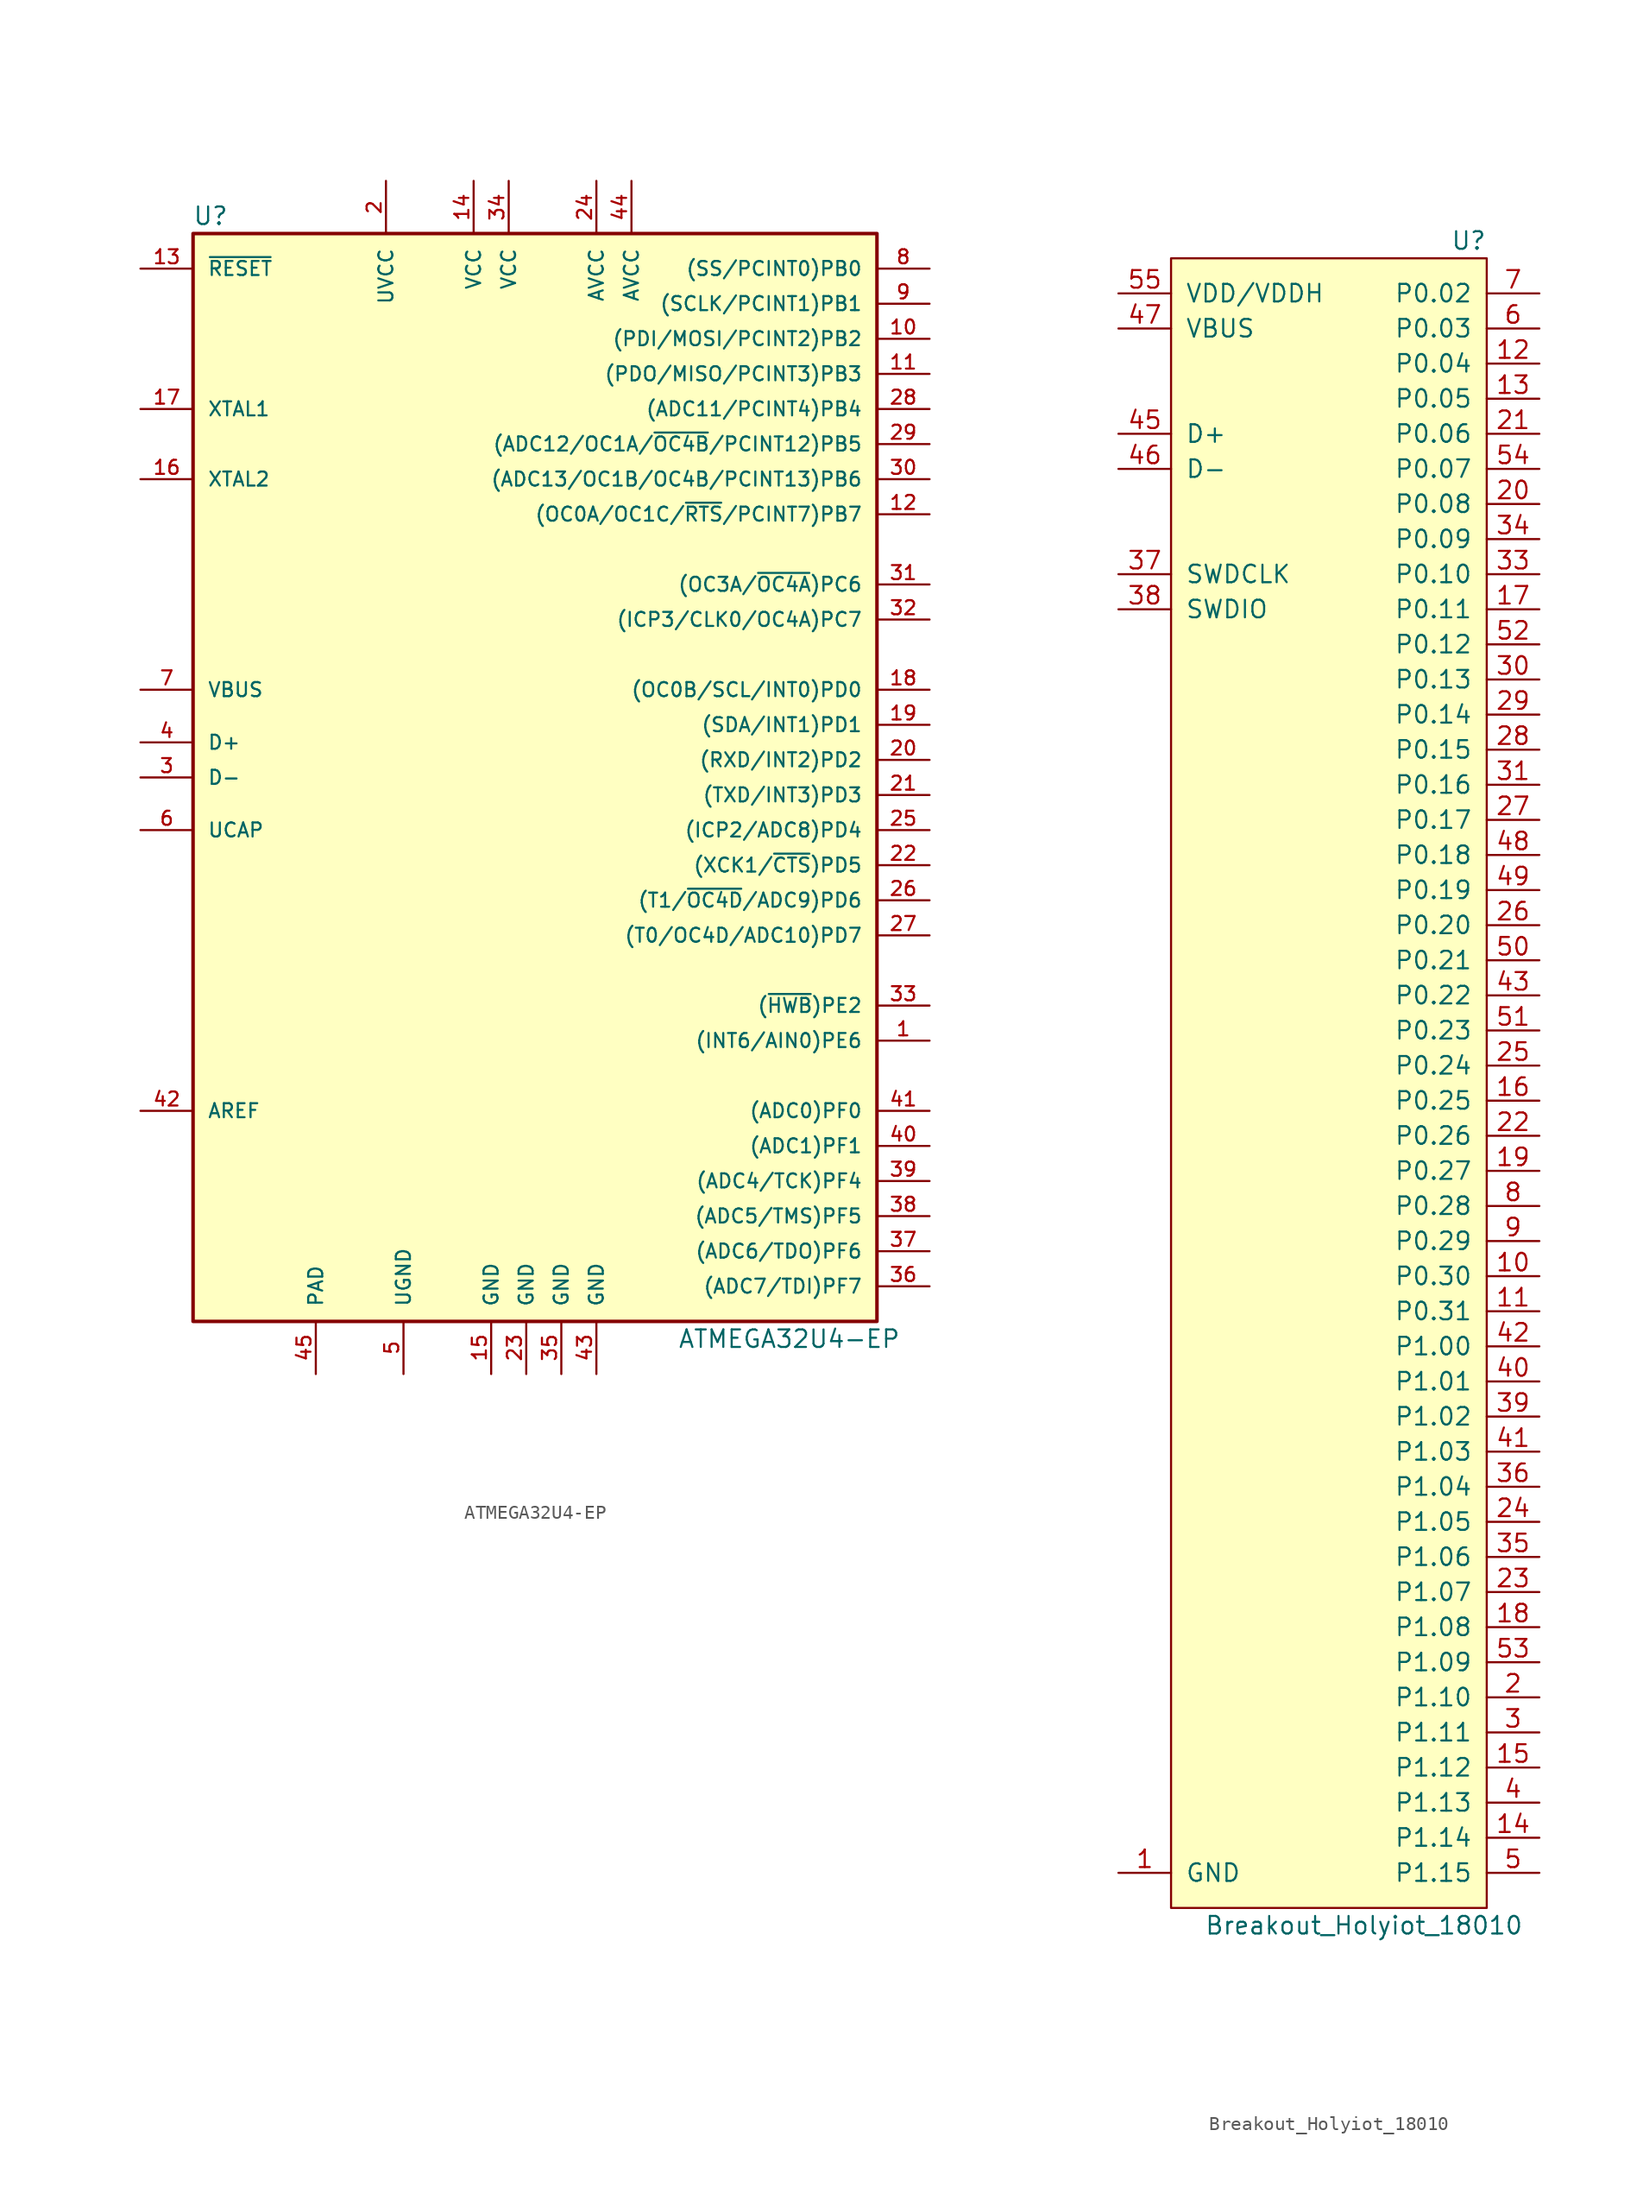
<source format=kicad_sym>
(kicad_symbol_lib
  (version 20211014)
  (generator kicad_symbol_editor)
  (symbol "ATMEGA32U4-EP"
    (pin_names
      (offset 1.016))
    (property "Reference" "U"
      (at -24.13 43.18 0)
      (effects (font (size 1.27 1.27))))
    (property "Value" "ATMEGA32U4-EP"
      (at 17.78 -38.1 0)
      (effects (font (size 1.27 1.27))))
    (symbol "ATMEGA32U4-EP_0_1"
      (rectangle (start -25.4 41.91) (end 24.13 -36.83) (stroke (width 0.254) (type default) (color 0 0 0 0)) (fill (type background))))
    (symbol "ATMEGA32U4-EP_1_1"
      (pin bidirectional line (at 27.94 -16.51 180) (length 3.81) (name "(INT6/AIN0)PE6" (effects (font (size 1.016 1.016)))) (number "1" (effects (font (size 1.016 1.016)))))
      (pin bidirectional line (at 27.94 34.29 180) (length 3.81) (name "(PDI/MOSI/PCINT2)PB2" (effects (font (size 1.016 1.016)))) (number "10" (effects (font (size 1.016 1.016)))))
      (pin bidirectional line (at 27.94 31.75 180) (length 3.81) (name "(PDO/MISO/PCINT3)PB3" (effects (font (size 1.016 1.016)))) (number "11" (effects (font (size 1.016 1.016)))))
      (pin bidirectional line (at 27.94 21.59 180) (length 3.81) (name "(OC0A/OC1C/~{RTS}/PCINT7)PB7" (effects (font (size 1.016 1.016)))) (number "12" (effects (font (size 1.016 1.016)))))
      (pin input line (at -29.21 39.37 0) (length 3.81) (name "~{RESET}" (effects (font (size 1.016 1.016)))) (number "13" (effects (font (size 1.016 1.016)))))
      (pin power_in line (at -5.08 45.72 270) (length 3.81) (name "VCC" (effects (font (size 1.016 1.016)))) (number "14" (effects (font (size 1.016 1.016)))))
      (pin power_in line (at -3.81 -40.64 90) (length 3.81) (name "GND" (effects (font (size 1.016 1.016)))) (number "15" (effects (font (size 1.016 1.016)))))
      (pin output line (at -29.21 24.13 0) (length 3.81) (name "XTAL2" (effects (font (size 1.016 1.016)))) (number "16" (effects (font (size 1.016 1.016)))))
      (pin input line (at -29.21 29.21 0) (length 3.81) (name "XTAL1" (effects (font (size 1.016 1.016)))) (number "17" (effects (font (size 1.016 1.016)))))
      (pin bidirectional line (at 27.94 8.89 180) (length 3.81) (name "(OC0B/SCL/INT0)PD0" (effects (font (size 1.016 1.016)))) (number "18" (effects (font (size 1.016 1.016)))))
      (pin bidirectional line (at 27.94 6.35 180) (length 3.81) (name "(SDA/INT1)PD1" (effects (font (size 1.016 1.016)))) (number "19" (effects (font (size 1.016 1.016)))))
      (pin power_in line (at -11.43 45.72 270) (length 3.81) (name "UVCC" (effects (font (size 1.016 1.016)))) (number "2" (effects (font (size 1.016 1.016)))))
      (pin bidirectional line (at 27.94 3.81 180) (length 3.81) (name "(RXD/INT2)PD2" (effects (font (size 1.016 1.016)))) (number "20" (effects (font (size 1.016 1.016)))))
      (pin bidirectional line (at 27.94 1.27 180) (length 3.81) (name "(TXD/INT3)PD3" (effects (font (size 1.016 1.016)))) (number "21" (effects (font (size 1.016 1.016)))))
      (pin bidirectional line (at 27.94 -3.81 180) (length 3.81) (name "(XCK1/~{CTS})PD5" (effects (font (size 1.016 1.016)))) (number "22" (effects (font (size 1.016 1.016)))))
      (pin power_in line (at -1.27 -40.64 90) (length 3.81) (name "GND" (effects (font (size 1.016 1.016)))) (number "23" (effects (font (size 1.016 1.016)))))
      (pin power_in line (at 3.81 45.72 270) (length 3.81) (name "AVCC" (effects (font (size 1.016 1.016)))) (number "24" (effects (font (size 1.016 1.016)))))
      (pin bidirectional line (at 27.94 -1.27 180) (length 3.81) (name "(ICP2/ADC8)PD4" (effects (font (size 1.016 1.016)))) (number "25" (effects (font (size 1.016 1.016)))))
      (pin bidirectional line (at 27.94 -6.35 180) (length 3.81) (name "(T1/~{OC4D}/ADC9)PD6" (effects (font (size 1.016 1.016)))) (number "26" (effects (font (size 1.016 1.016)))))
      (pin bidirectional line (at 27.94 -8.89 180) (length 3.81) (name "(T0/OC4D/ADC10)PD7" (effects (font (size 1.016 1.016)))) (number "27" (effects (font (size 1.016 1.016)))))
      (pin bidirectional line (at 27.94 29.21 180) (length 3.81) (name "(ADC11/PCINT4)PB4" (effects (font (size 1.016 1.016)))) (number "28" (effects (font (size 1.016 1.016)))))
      (pin bidirectional line (at 27.94 26.67 180) (length 3.81) (name "(ADC12/OC1A/~{OC4B}/PCINT12)PB5" (effects (font (size 1.016 1.016)))) (number "29" (effects (font (size 1.016 1.016)))))
      (pin bidirectional line (at -29.21 2.54 0) (length 3.81) (name "D-" (effects (font (size 1.016 1.016)))) (number "3" (effects (font (size 1.016 1.016)))))
      (pin bidirectional line (at 27.94 24.13 180) (length 3.81) (name "(ADC13/OC1B/OC4B/PCINT13)PB6" (effects (font (size 1.016 1.016)))) (number "30" (effects (font (size 1.016 1.016)))))
      (pin bidirectional line (at 27.94 16.51 180) (length 3.81) (name "(OC3A/~{OC4A})PC6" (effects (font (size 1.016 1.016)))) (number "31" (effects (font (size 1.016 1.016)))))
      (pin bidirectional line (at 27.94 13.97 180) (length 3.81) (name "(ICP3/CLK0/OC4A)PC7" (effects (font (size 1.016 1.016)))) (number "32" (effects (font (size 1.016 1.016)))))
      (pin bidirectional line (at 27.94 -13.97 180) (length 3.81) (name "(~{HWB})PE2" (effects (font (size 1.016 1.016)))) (number "33" (effects (font (size 1.016 1.016)))))
      (pin power_in line (at -2.54 45.72 270) (length 3.81) (name "VCC" (effects (font (size 1.016 1.016)))) (number "34" (effects (font (size 1.016 1.016)))))
      (pin power_in line (at 1.27 -40.64 90) (length 3.81) (name "GND" (effects (font (size 1.016 1.016)))) (number "35" (effects (font (size 1.016 1.016)))))
      (pin bidirectional line (at 27.94 -34.29 180) (length 3.81) (name "(ADC7/TDI)PF7" (effects (font (size 1.016 1.016)))) (number "36" (effects (font (size 1.016 1.016)))))
      (pin bidirectional line (at 27.94 -31.75 180) (length 3.81) (name "(ADC6/TDO)PF6" (effects (font (size 1.016 1.016)))) (number "37" (effects (font (size 1.016 1.016)))))
      (pin bidirectional line (at 27.94 -29.21 180) (length 3.81) (name "(ADC5/TMS)PF5" (effects (font (size 1.016 1.016)))) (number "38" (effects (font (size 1.016 1.016)))))
      (pin bidirectional line (at 27.94 -26.67 180) (length 3.81) (name "(ADC4/TCK)PF4" (effects (font (size 1.016 1.016)))) (number "39" (effects (font (size 1.016 1.016)))))
      (pin bidirectional line (at -29.21 5.08 0) (length 3.81) (name "D+" (effects (font (size 1.016 1.016)))) (number "4" (effects (font (size 1.016 1.016)))))
      (pin bidirectional line (at 27.94 -24.13 180) (length 3.81) (name "(ADC1)PF1" (effects (font (size 1.016 1.016)))) (number "40" (effects (font (size 1.016 1.016)))))
      (pin bidirectional line (at 27.94 -21.59 180) (length 3.81) (name "(ADC0)PF0" (effects (font (size 1.016 1.016)))) (number "41" (effects (font (size 1.016 1.016)))))
      (pin passive line (at -29.21 -21.59 0) (length 3.81) (name "AREF" (effects (font (size 1.016 1.016)))) (number "42" (effects (font (size 1.016 1.016)))))
      (pin power_in line (at 3.81 -40.64 90) (length 3.81) (name "GND" (effects (font (size 1.016 1.016)))) (number "43" (effects (font (size 1.016 1.016)))))
      (pin power_in line (at 6.35 45.72 270) (length 3.81) (name "AVCC" (effects (font (size 1.016 1.016)))) (number "44" (effects (font (size 1.016 1.016)))))
      (pin input line (at -16.51 -40.64 90) (length 3.81) (name "PAD" (effects (font (size 1.016 1.016)))) (number "45" (effects (font (size 1.016 1.016)))))
      (pin passive line (at -10.16 -40.64 90) (length 3.81) (name "UGND" (effects (font (size 1.016 1.016)))) (number "5" (effects (font (size 1.016 1.016)))))
      (pin passive line (at -29.21 -1.27 0) (length 3.81) (name "UCAP" (effects (font (size 1.016 1.016)))) (number "6" (effects (font (size 1.016 1.016)))))
      (pin passive line (at -29.21 8.89 0) (length 3.81) (name "VBUS" (effects (font (size 1.016 1.016)))) (number "7" (effects (font (size 1.016 1.016)))))
      (pin bidirectional line (at 27.94 39.37 180) (length 3.81) (name "(SS/PCINT0)PB0" (effects (font (size 1.016 1.016)))) (number "8" (effects (font (size 1.016 1.016)))))
      (pin bidirectional line (at 27.94 36.83 180) (length 3.81) (name "(SCLK/PCINT1)PB1" (effects (font (size 1.016 1.016)))) (number "9" (effects (font (size 1.016 1.016)))))))
  (symbol "Breakout_Holyiot_18010"
    (pin_names
      (offset 1.016))
    (property "Reference" "U"
      (at 11.43 57.15 0)
      (effects (font (size 1.27 1.27)) (justify right)))
    (property "Value" "Breakout_Holyiot_18010"
      (at 2.54 -64.77 0)
      (effects (font (size 1.27 1.27))))
    (symbol "Breakout_Holyiot_18010_0_1"
      (rectangle (start -11.43 55.88) (end 11.43 -63.5) (stroke (width 0) (type default) (color 0 0 0 0)) (fill (type background))))
    (symbol "Breakout_Holyiot_18010_1_1"
      (pin power_in line (at -15.24 -60.96 0) (length 3.81) (name "GND" (effects (font (size 1.27 1.27)))) (number "1" (effects (font (size 1.27 1.27)))))
      (pin bidirectional line (at 15.24 -17.78 180) (length 3.81) (name "P0.30" (effects (font (size 1.27 1.27)))) (number "10" (effects (font (size 1.27 1.27)))))
      (pin bidirectional line (at 15.24 -20.32 180) (length 3.81) (name "P0.31" (effects (font (size 1.27 1.27)))) (number "11" (effects (font (size 1.27 1.27)))))
      (pin bidirectional line (at 15.24 48.26 180) (length 3.81) (name "P0.04" (effects (font (size 1.27 1.27)))) (number "12" (effects (font (size 1.27 1.27)))))
      (pin bidirectional line (at 15.24 45.72 180) (length 3.81) (name "P0.05" (effects (font (size 1.27 1.27)))) (number "13" (effects (font (size 1.27 1.27)))))
      (pin bidirectional line (at 15.24 -58.42 180) (length 3.81) (name "P1.14" (effects (font (size 1.27 1.27)))) (number "14" (effects (font (size 1.27 1.27)))))
      (pin bidirectional line (at 15.24 -53.34 180) (length 3.81) (name "P1.12" (effects (font (size 1.27 1.27)))) (number "15" (effects (font (size 1.27 1.27)))))
      (pin bidirectional line (at 15.24 -5.08 180) (length 3.81) (name "P0.25" (effects (font (size 1.27 1.27)))) (number "16" (effects (font (size 1.27 1.27)))))
      (pin bidirectional line (at 15.24 30.48 180) (length 3.81) (name "P0.11" (effects (font (size 1.27 1.27)))) (number "17" (effects (font (size 1.27 1.27)))))
      (pin bidirectional line (at 15.24 -43.18 180) (length 3.81) (name "P1.08" (effects (font (size 1.27 1.27)))) (number "18" (effects (font (size 1.27 1.27)))))
      (pin bidirectional line (at 15.24 -10.16 180) (length 3.81) (name "P0.27" (effects (font (size 1.27 1.27)))) (number "19" (effects (font (size 1.27 1.27)))))
      (pin bidirectional line (at 15.24 -48.26 180) (length 3.81) (name "P1.10" (effects (font (size 1.27 1.27)))) (number "2" (effects (font (size 1.27 1.27)))))
      (pin bidirectional line (at 15.24 38.1 180) (length 3.81) (name "P0.08" (effects (font (size 1.27 1.27)))) (number "20" (effects (font (size 1.27 1.27)))))
      (pin bidirectional line (at 15.24 43.18 180) (length 3.81) (name "P0.06" (effects (font (size 1.27 1.27)))) (number "21" (effects (font (size 1.27 1.27)))))
      (pin bidirectional line (at 15.24 -7.62 180) (length 3.81) (name "P0.26" (effects (font (size 1.27 1.27)))) (number "22" (effects (font (size 1.27 1.27)))))
      (pin bidirectional line (at 15.24 -40.64 180) (length 3.81) (name "P1.07" (effects (font (size 1.27 1.27)))) (number "23" (effects (font (size 1.27 1.27)))))
      (pin bidirectional line (at 15.24 -35.56 180) (length 3.81) (name "P1.05" (effects (font (size 1.27 1.27)))) (number "24" (effects (font (size 1.27 1.27)))))
      (pin bidirectional line (at 15.24 -2.54 180) (length 3.81) (name "P0.24" (effects (font (size 1.27 1.27)))) (number "25" (effects (font (size 1.27 1.27)))))
      (pin bidirectional line (at 15.24 7.62 180) (length 3.81) (name "P0.20" (effects (font (size 1.27 1.27)))) (number "26" (effects (font (size 1.27 1.27)))))
      (pin bidirectional line (at 15.24 15.24 180) (length 3.81) (name "P0.17" (effects (font (size 1.27 1.27)))) (number "27" (effects (font (size 1.27 1.27)))))
      (pin bidirectional line (at 15.24 20.32 180) (length 3.81) (name "P0.15" (effects (font (size 1.27 1.27)))) (number "28" (effects (font (size 1.27 1.27)))))
      (pin bidirectional line (at 15.24 22.86 180) (length 3.81) (name "P0.14" (effects (font (size 1.27 1.27)))) (number "29" (effects (font (size 1.27 1.27)))))
      (pin bidirectional line (at 15.24 -50.8 180) (length 3.81) (name "P1.11" (effects (font (size 1.27 1.27)))) (number "3" (effects (font (size 1.27 1.27)))))
      (pin bidirectional line (at 15.24 25.4 180) (length 3.81) (name "P0.13" (effects (font (size 1.27 1.27)))) (number "30" (effects (font (size 1.27 1.27)))))
      (pin bidirectional line (at 15.24 17.78 180) (length 3.81) (name "P0.16" (effects (font (size 1.27 1.27)))) (number "31" (effects (font (size 1.27 1.27)))))
      (pin passive line (at -15.24 -60.96 0) (length 3.81) hide (name "GND" (effects (font (size 1.27 1.27)))) (number "32" (effects (font (size 1.27 1.27)))))
      (pin bidirectional line (at 15.24 33.02 180) (length 3.81) (name "P0.10" (effects (font (size 1.27 1.27)))) (number "33" (effects (font (size 1.27 1.27)))))
      (pin bidirectional line (at 15.24 35.56 180) (length 3.81) (name "P0.09" (effects (font (size 1.27 1.27)))) (number "34" (effects (font (size 1.27 1.27)))))
      (pin bidirectional line (at 15.24 -38.1 180) (length 3.81) (name "P1.06" (effects (font (size 1.27 1.27)))) (number "35" (effects (font (size 1.27 1.27)))))
      (pin bidirectional line (at 15.24 -33.02 180) (length 3.81) (name "P1.04" (effects (font (size 1.27 1.27)))) (number "36" (effects (font (size 1.27 1.27)))))
      (pin input line (at -15.24 33.02 0) (length 3.81) (name "SWDCLK" (effects (font (size 1.27 1.27)))) (number "37" (effects (font (size 1.27 1.27)))))
      (pin bidirectional line (at -15.24 30.48 0) (length 3.81) (name "SWDIO" (effects (font (size 1.27 1.27)))) (number "38" (effects (font (size 1.27 1.27)))))
      (pin bidirectional line (at 15.24 -27.94 180) (length 3.81) (name "P1.02" (effects (font (size 1.27 1.27)))) (number "39" (effects (font (size 1.27 1.27)))))
      (pin bidirectional line (at 15.24 -55.88 180) (length 3.81) (name "P1.13" (effects (font (size 1.27 1.27)))) (number "4" (effects (font (size 1.27 1.27)))))
      (pin bidirectional line (at 15.24 -25.4 180) (length 3.81) (name "P1.01" (effects (font (size 1.27 1.27)))) (number "40" (effects (font (size 1.27 1.27)))))
      (pin bidirectional line (at 15.24 -30.48 180) (length 3.81) (name "P1.03" (effects (font (size 1.27 1.27)))) (number "41" (effects (font (size 1.27 1.27)))))
      (pin bidirectional line (at 15.24 -22.86 180) (length 3.81) (name "P1.00" (effects (font (size 1.27 1.27)))) (number "42" (effects (font (size 1.27 1.27)))))
      (pin bidirectional line (at 15.24 2.54 180) (length 3.81) (name "P0.22" (effects (font (size 1.27 1.27)))) (number "43" (effects (font (size 1.27 1.27)))))
      (pin passive line (at -15.24 -60.96 0) (length 3.81) hide (name "GND" (effects (font (size 1.27 1.27)))) (number "44" (effects (font (size 1.27 1.27)))))
      (pin bidirectional line (at -15.24 43.18 0) (length 3.81) (name "D+" (effects (font (size 1.27 1.27)))) (number "45" (effects (font (size 1.27 1.27)))))
      (pin bidirectional line (at -15.24 40.64 0) (length 3.81) (name "D-" (effects (font (size 1.27 1.27)))) (number "46" (effects (font (size 1.27 1.27)))))
      (pin power_in line (at -15.24 50.8 0) (length 3.81) (name "VBUS" (effects (font (size 1.27 1.27)))) (number "47" (effects (font (size 1.27 1.27)))))
      (pin bidirectional line (at 15.24 12.7 180) (length 3.81) (name "P0.18" (effects (font (size 1.27 1.27)))) (number "48" (effects (font (size 1.27 1.27)))))
      (pin bidirectional line (at 15.24 10.16 180) (length 3.81) (name "P0.19" (effects (font (size 1.27 1.27)))) (number "49" (effects (font (size 1.27 1.27)))))
      (pin bidirectional line (at 15.24 -60.96 180) (length 3.81) (name "P1.15" (effects (font (size 1.27 1.27)))) (number "5" (effects (font (size 1.27 1.27)))))
      (pin bidirectional line (at 15.24 5.08 180) (length 3.81) (name "P0.21" (effects (font (size 1.27 1.27)))) (number "50" (effects (font (size 1.27 1.27)))))
      (pin bidirectional line (at 15.24 0 180) (length 3.81) (name "P0.23" (effects (font (size 1.27 1.27)))) (number "51" (effects (font (size 1.27 1.27)))))
      (pin bidirectional line (at 15.24 27.94 180) (length 3.81) (name "P0.12" (effects (font (size 1.27 1.27)))) (number "52" (effects (font (size 1.27 1.27)))))
      (pin bidirectional line (at 15.24 -45.72 180) (length 3.81) (name "P1.09" (effects (font (size 1.27 1.27)))) (number "53" (effects (font (size 1.27 1.27)))))
      (pin bidirectional line (at 15.24 40.64 180) (length 3.81) (name "P0.07" (effects (font (size 1.27 1.27)))) (number "54" (effects (font (size 1.27 1.27)))))
      (pin power_in line (at -15.24 53.34 0) (length 3.81) (name "VDD/VDDH" (effects (font (size 1.27 1.27)))) (number "55" (effects (font (size 1.27 1.27)))))
      (pin bidirectional line (at 15.24 50.8 180) (length 3.81) (name "P0.03" (effects (font (size 1.27 1.27)))) (number "6" (effects (font (size 1.27 1.27)))))
      (pin bidirectional line (at 15.24 53.34 180) (length 3.81) (name "P0.02" (effects (font (size 1.27 1.27)))) (number "7" (effects (font (size 1.27 1.27)))))
      (pin bidirectional line (at 15.24 -12.7 180) (length 3.81) (name "P0.28" (effects (font (size 1.27 1.27)))) (number "8" (effects (font (size 1.27 1.27)))))
      (pin bidirectional line (at 15.24 -15.24 180) (length 3.81) (name "P0.29" (effects (font (size 1.27 1.27)))) (number "9" (effects (font (size 1.27 1.27))))))))
</source>
